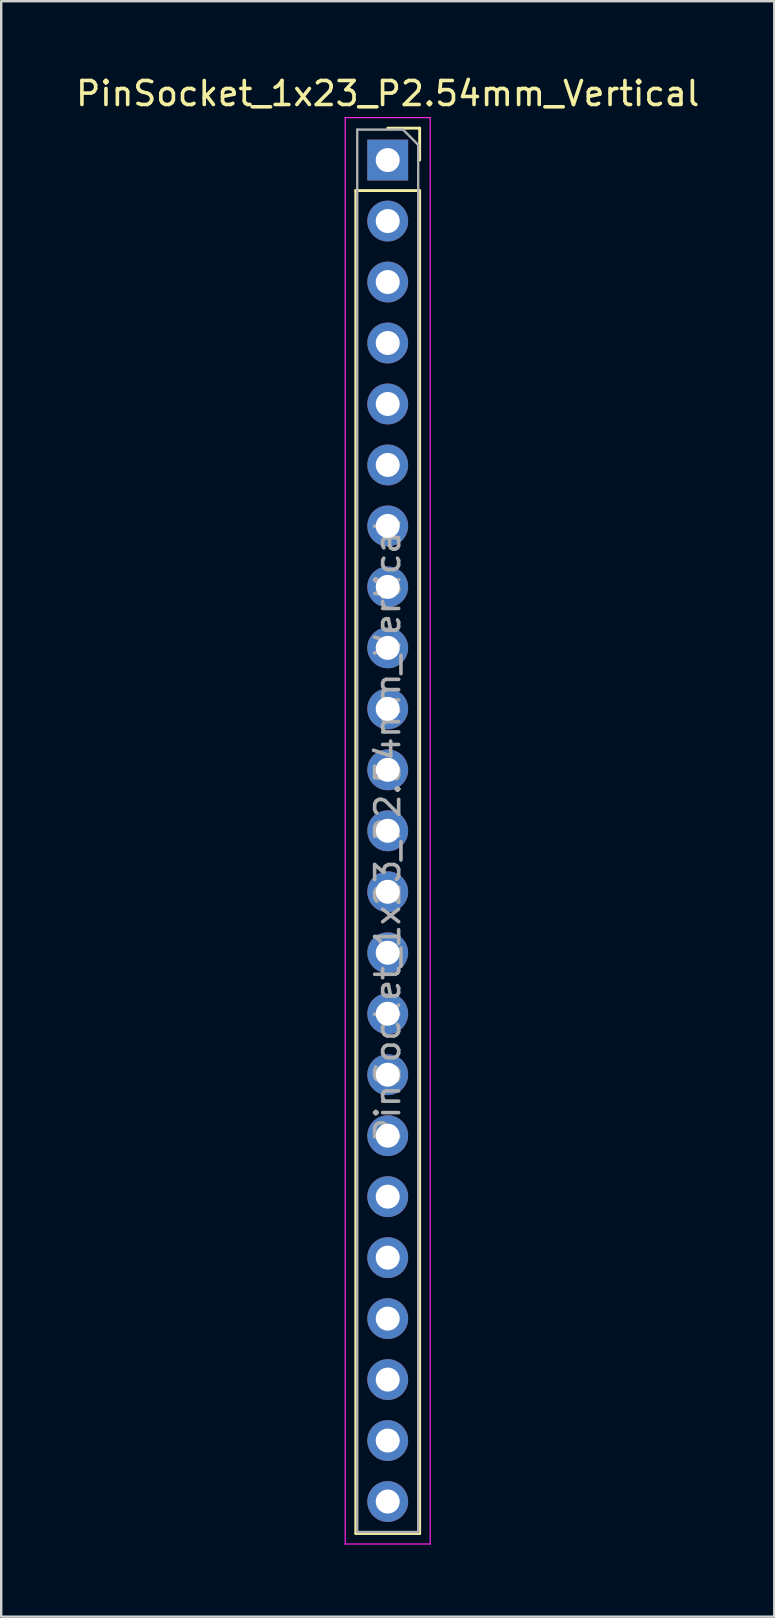
<source format=kicad_pcb>
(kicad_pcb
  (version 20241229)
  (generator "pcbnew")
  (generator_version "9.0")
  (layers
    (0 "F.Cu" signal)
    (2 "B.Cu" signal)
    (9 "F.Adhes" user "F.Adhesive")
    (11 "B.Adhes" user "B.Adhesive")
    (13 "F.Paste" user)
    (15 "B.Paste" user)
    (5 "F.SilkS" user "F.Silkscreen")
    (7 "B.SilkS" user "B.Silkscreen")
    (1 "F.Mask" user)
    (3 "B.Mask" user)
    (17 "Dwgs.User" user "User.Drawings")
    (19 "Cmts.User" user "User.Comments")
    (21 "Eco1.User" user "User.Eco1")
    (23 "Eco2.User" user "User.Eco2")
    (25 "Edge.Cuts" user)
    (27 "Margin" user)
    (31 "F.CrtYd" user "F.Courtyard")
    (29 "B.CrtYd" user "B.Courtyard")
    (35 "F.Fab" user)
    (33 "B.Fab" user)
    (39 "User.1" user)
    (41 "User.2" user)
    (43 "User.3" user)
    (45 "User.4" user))
  (footprint "PinSocket_1x23_P2.54mm_Vertical"
    (layer "F.Cu")
    (at 13.101 3.618)
    (property "Reference" "PinSocket_1x23_P2.54mm_Vertical" (at 0 -2.77 0) (layer "F.SilkS") (effects (font (size 1 1) (thickness 0.15))))
    (attr through_hole)
    (fp_line (start -1.33 1.27) (end -1.33 57.21) (stroke (width 0.12) (type solid)) (layer "F.SilkS"))
    (fp_line (start -1.33 1.27) (end 1.33 1.27) (stroke (width 0.12) (type solid)) (layer "F.SilkS"))
    (fp_line (start -1.33 57.21) (end 1.33 57.21) (stroke (width 0.12) (type solid)) (layer "F.SilkS"))
    (fp_line (start 0 -1.33) (end 1.33 -1.33) (stroke (width 0.12) (type solid)) (layer "F.SilkS"))
    (fp_line (start 1.33 -1.33) (end 1.33 0) (stroke (width 0.12) (type solid)) (layer "F.SilkS"))
    (fp_line (start 1.33 1.27) (end 1.33 57.21) (stroke (width 0.12) (type solid)) (layer "F.SilkS"))
    (fp_line (start -1.77 -1.77) (end 1.77 -1.77) (stroke (width 0.05) (type solid)) (layer "F.CrtYd"))
    (fp_line (start -1.77 57.65) (end -1.77 -1.77) (stroke (width 0.05) (type solid)) (layer "F.CrtYd"))
    (fp_line (start 1.77 -1.77) (end 1.77 57.65) (stroke (width 0.05) (type solid)) (layer "F.CrtYd"))
    (fp_line (start 1.77 57.65) (end -1.77 57.65) (stroke (width 0.05) (type solid)) (layer "F.CrtYd"))
    (fp_line (start -1.27 -1.27) (end 0.635 -1.27) (stroke (width 0.1) (type solid)) (layer "F.Fab"))
    (fp_line (start -1.27 57.15) (end -1.27 -1.27) (stroke (width 0.1) (type solid)) (layer "F.Fab"))
    (fp_line (start 0.635 -1.27) (end 1.27 -0.635) (stroke (width 0.1) (type solid)) (layer "F.Fab"))
    (fp_line (start 1.27 -0.635) (end 1.27 57.15) (stroke (width 0.1) (type solid)) (layer "F.Fab"))
    (fp_line (start 1.27 57.15) (end -1.27 57.15) (stroke (width 0.1) (type solid)) (layer "F.Fab"))
    (fp_text user "${REFERENCE}" (at 0 27.94 90) (layer "F.Fab") (effects (font (size 1 1) (thickness 0.15))))
    (pad "1" thru_hole rect (at 0 0) (size 1.7 1.7) (drill 1) (layers "*.Cu" "*.Mask"))
    (pad "2" thru_hole circle (at 0 2.54) (size 1.7 1.7) (drill 1) (layers "*.Cu" "*.Mask"))
    (pad "3" thru_hole circle (at 0 5.08) (size 1.7 1.7) (drill 1) (layers "*.Cu" "*.Mask"))
    (pad "4" thru_hole circle (at 0 7.62) (size 1.7 1.7) (drill 1) (layers "*.Cu" "*.Mask"))
    (pad "5" thru_hole circle (at 0 10.16) (size 1.7 1.7) (drill 1) (layers "*.Cu" "*.Mask"))
    (pad "6" thru_hole circle (at 0 12.7) (size 1.7 1.7) (drill 1) (layers "*.Cu" "*.Mask"))
    (pad "7" thru_hole circle (at 0 15.24) (size 1.7 1.7) (drill 1) (layers "*.Cu" "*.Mask"))
    (pad "8" thru_hole circle (at 0 17.78) (size 1.7 1.7) (drill 1) (layers "*.Cu" "*.Mask"))
    (pad "9" thru_hole circle (at 0 20.32) (size 1.7 1.7) (drill 1) (layers "*.Cu" "*.Mask"))
    (pad "10" thru_hole circle (at 0 22.86) (size 1.7 1.7) (drill 1) (layers "*.Cu" "*.Mask"))
    (pad "11" thru_hole circle (at 0 25.4) (size 1.7 1.7) (drill 1) (layers "*.Cu" "*.Mask"))
    (pad "12" thru_hole circle (at 0 27.94) (size 1.7 1.7) (drill 1) (layers "*.Cu" "*.Mask"))
    (pad "13" thru_hole circle (at 0 30.48) (size 1.7 1.7) (drill 1) (layers "*.Cu" "*.Mask"))
    (pad "14" thru_hole circle (at 0 33.02) (size 1.7 1.7) (drill 1) (layers "*.Cu" "*.Mask"))
    (pad "15" thru_hole circle (at 0 35.56) (size 1.7 1.7) (drill 1) (layers "*.Cu" "*.Mask"))
    (pad "16" thru_hole circle (at 0 38.1) (size 1.7 1.7) (drill 1) (layers "*.Cu" "*.Mask"))
    (pad "17" thru_hole circle (at 0 40.64) (size 1.7 1.7) (drill 1) (layers "*.Cu" "*.Mask"))
    (pad "18" thru_hole circle (at 0 43.18) (size 1.7 1.7) (drill 1) (layers "*.Cu" "*.Mask"))
    (pad "19" thru_hole circle (at 0 45.72) (size 1.7 1.7) (drill 1) (layers "*.Cu" "*.Mask"))
    (pad "20" thru_hole circle (at 0 48.26) (size 1.7 1.7) (drill 1) (layers "*.Cu" "*.Mask"))
    (pad "21" thru_hole circle (at 0 50.8) (size 1.7 1.7) (drill 1) (layers "*.Cu" "*.Mask"))
    (pad "22" thru_hole circle (at 0 53.34) (size 1.7 1.7) (drill 1) (layers "*.Cu" "*.Mask"))
    (pad "23" thru_hole circle (at 0 55.88) (size 1.7 1.7) (drill 1) (layers "*.Cu" "*.Mask")))
  (gr_rect
    (start -3 -3)
    (end 29.202 64.293)
    (stroke (width 0.1) (type default))
    (fill no)
    (layer "Edge.Cuts")))
</source>
